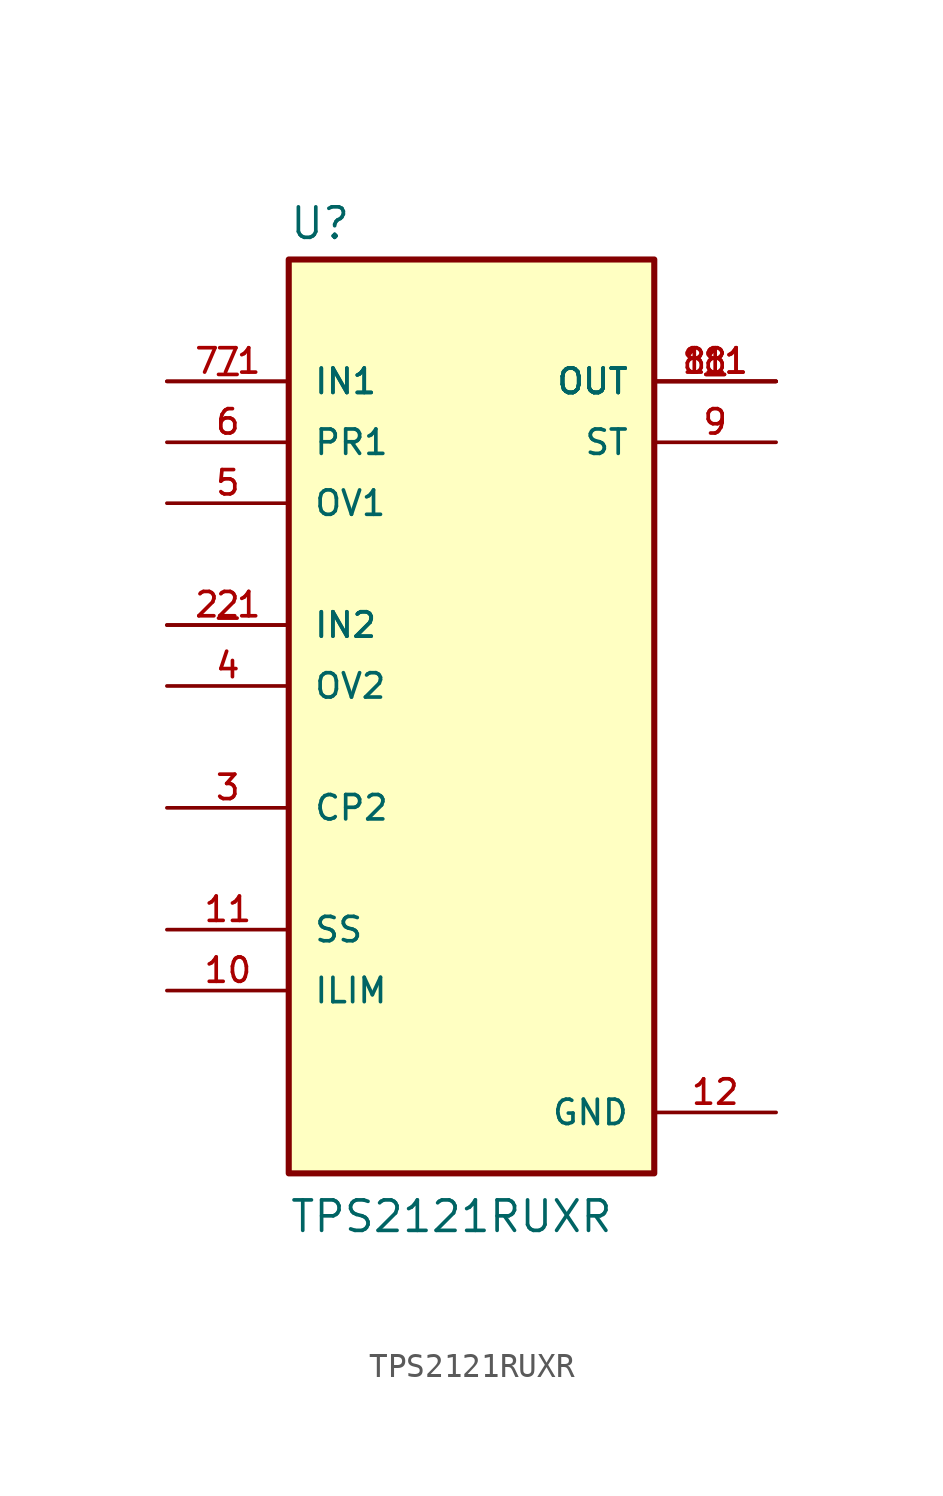
<source format=kicad_sym>
(kicad_symbol_lib
  (version 20211014)
  (generator kicad_symbol_editor)
  (symbol "TPS2121RUXR"
    (pin_names
      (offset 1.016))
    (property "Reference" "U"
      (at -7.62 21.082 0)
      (effects (font (size 1.27 1.27)) (justify bottom left)))
    (property "Value" "TPS2121RUXR"
      (at -7.62 -20.32 0)
      (effects (font (size 1.27 1.27)) (justify bottom left)))
    (symbol "TPS2121RUXR_0_0"
      (rectangle (start -7.62 -17.78) (end 7.62 20.32) (stroke (width 0.254)) (fill (type background)))
      (pin input line (at -12.7 15.24 0) (length 5.08) (name "IN1" (effects (font (size 1.016 1.016)))) (number "7" (effects (font (size 1.016 1.016)))))
      (pin input line (at -12.7 15.24 0) (length 5.08) (name "IN1" (effects (font (size 1.016 1.016)))) (number "7_1" (effects (font (size 1.016 1.016)))))
      (pin input line (at -12.7 5.08 0) (length 5.08) (name "IN2" (effects (font (size 1.016 1.016)))) (number "2" (effects (font (size 1.016 1.016)))))
      (pin input line (at -12.7 5.08 0) (length 5.08) (name "IN2" (effects (font (size 1.016 1.016)))) (number "2_1" (effects (font (size 1.016 1.016)))))
      (pin output line (at 12.7 15.24 180.0) (length 5.08) (name "OUT" (effects (font (size 1.016 1.016)))) (number "1" (effects (font (size 1.016 1.016)))))
      (pin output line (at 12.7 15.24 180.0) (length 5.08) (name "OUT" (effects (font (size 1.016 1.016)))) (number "1_1" (effects (font (size 1.016 1.016)))))
      (pin output line (at 12.7 15.24 180.0) (length 5.08) (name "OUT" (effects (font (size 1.016 1.016)))) (number "8" (effects (font (size 1.016 1.016)))))
      (pin output line (at 12.7 15.24 180.0) (length 5.08) (name "OUT" (effects (font (size 1.016 1.016)))) (number "8_1" (effects (font (size 1.016 1.016)))))
      (pin output line (at 12.7 12.7 180.0) (length 5.08) (name "ST" (effects (font (size 1.016 1.016)))) (number "9" (effects (font (size 1.016 1.016)))))
      (pin passive line (at -12.7 -10.16 0) (length 5.08) (name "ILIM" (effects (font (size 1.016 1.016)))) (number "10" (effects (font (size 1.016 1.016)))))
      (pin passive line (at -12.7 -7.62 0) (length 5.08) (name "SS" (effects (font (size 1.016 1.016)))) (number "11" (effects (font (size 1.016 1.016)))))
      (pin power_in line (at 12.7 -15.24 180.0) (length 5.08) (name "GND" (effects (font (size 1.016 1.016)))) (number "12" (effects (font (size 1.016 1.016)))))
      (pin input line (at -12.7 12.7 0) (length 5.08) (name "PR1" (effects (font (size 1.016 1.016)))) (number "6" (effects (font (size 1.016 1.016)))))
      (pin input line (at -12.7 10.16 0) (length 5.08) (name "OV1" (effects (font (size 1.016 1.016)))) (number "5" (effects (font (size 1.016 1.016)))))
      (pin input line (at -12.7 2.54 0) (length 5.08) (name "OV2" (effects (font (size 1.016 1.016)))) (number "4" (effects (font (size 1.016 1.016)))))
      (pin input line (at -12.7 -2.54 0) (length 5.08) (name "CP2" (effects (font (size 1.016 1.016)))) (number "3" (effects (font (size 1.016 1.016))))))))
</source>
